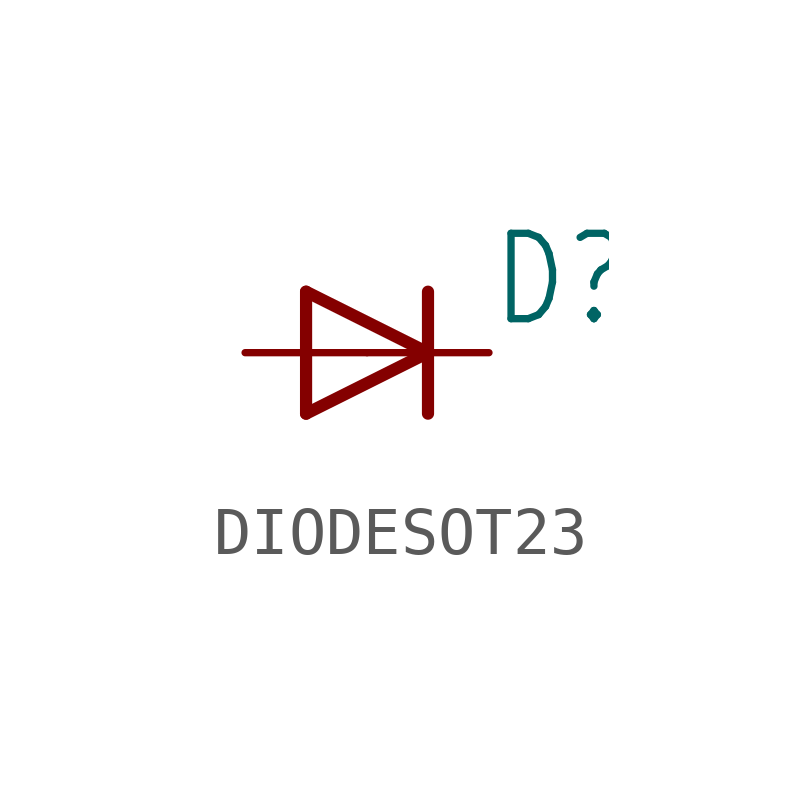
<source format=kicad_sym>
(kicad_symbol_lib
  (version 20220914)
  (generator kicad_symbol_editor)
  (symbol "DIODESOT23"
    (property "Reference" "D"
      (at 2.54 0.483 0)
      (effects (font (size 1.778 1.511)) (justify left bottom)))
    (property "Value" ""
      (at 2.54 -2.311 0)
      (effects (font (size 1.778 1.511)) (justify left bottom)))
    (property "ki_locked" ""
      (at 0 0 0)
      (effects (font (size 1.27 1.27))))
    (symbol "DIODESOT23_1_0"
      (polyline (pts (xy -1.27 -1.27) (xy 1.27 0)) (stroke (width 0.254) (type solid)) (fill (type none)))
      (polyline (pts (xy -1.27 1.27) (xy -1.27 -1.27)) (stroke (width 0.254) (type solid)) (fill (type none)))
      (polyline (pts (xy 1.27 0) (xy -1.27 1.27)) (stroke (width 0.254) (type solid)) (fill (type none)))
      (polyline (pts (xy 1.27 0) (xy 1.27 -1.27)) (stroke (width 0.254) (type solid)) (fill (type none)))
      (polyline (pts (xy 1.27 1.27) (xy 1.27 0)) (stroke (width 0.254) (type solid)) (fill (type none)))
      (pin passive line (at -2.54 0 0) (length 2.54) (name "A" (effects (font (size 0 0)))) (number "1" (effects (font (size 0 0)))))
      (pin passive line (at 2.54 0 180) (length 2.54) (name "C" (effects (font (size 0 0)))) (number "3" (effects (font (size 0 0))))))))
</source>
